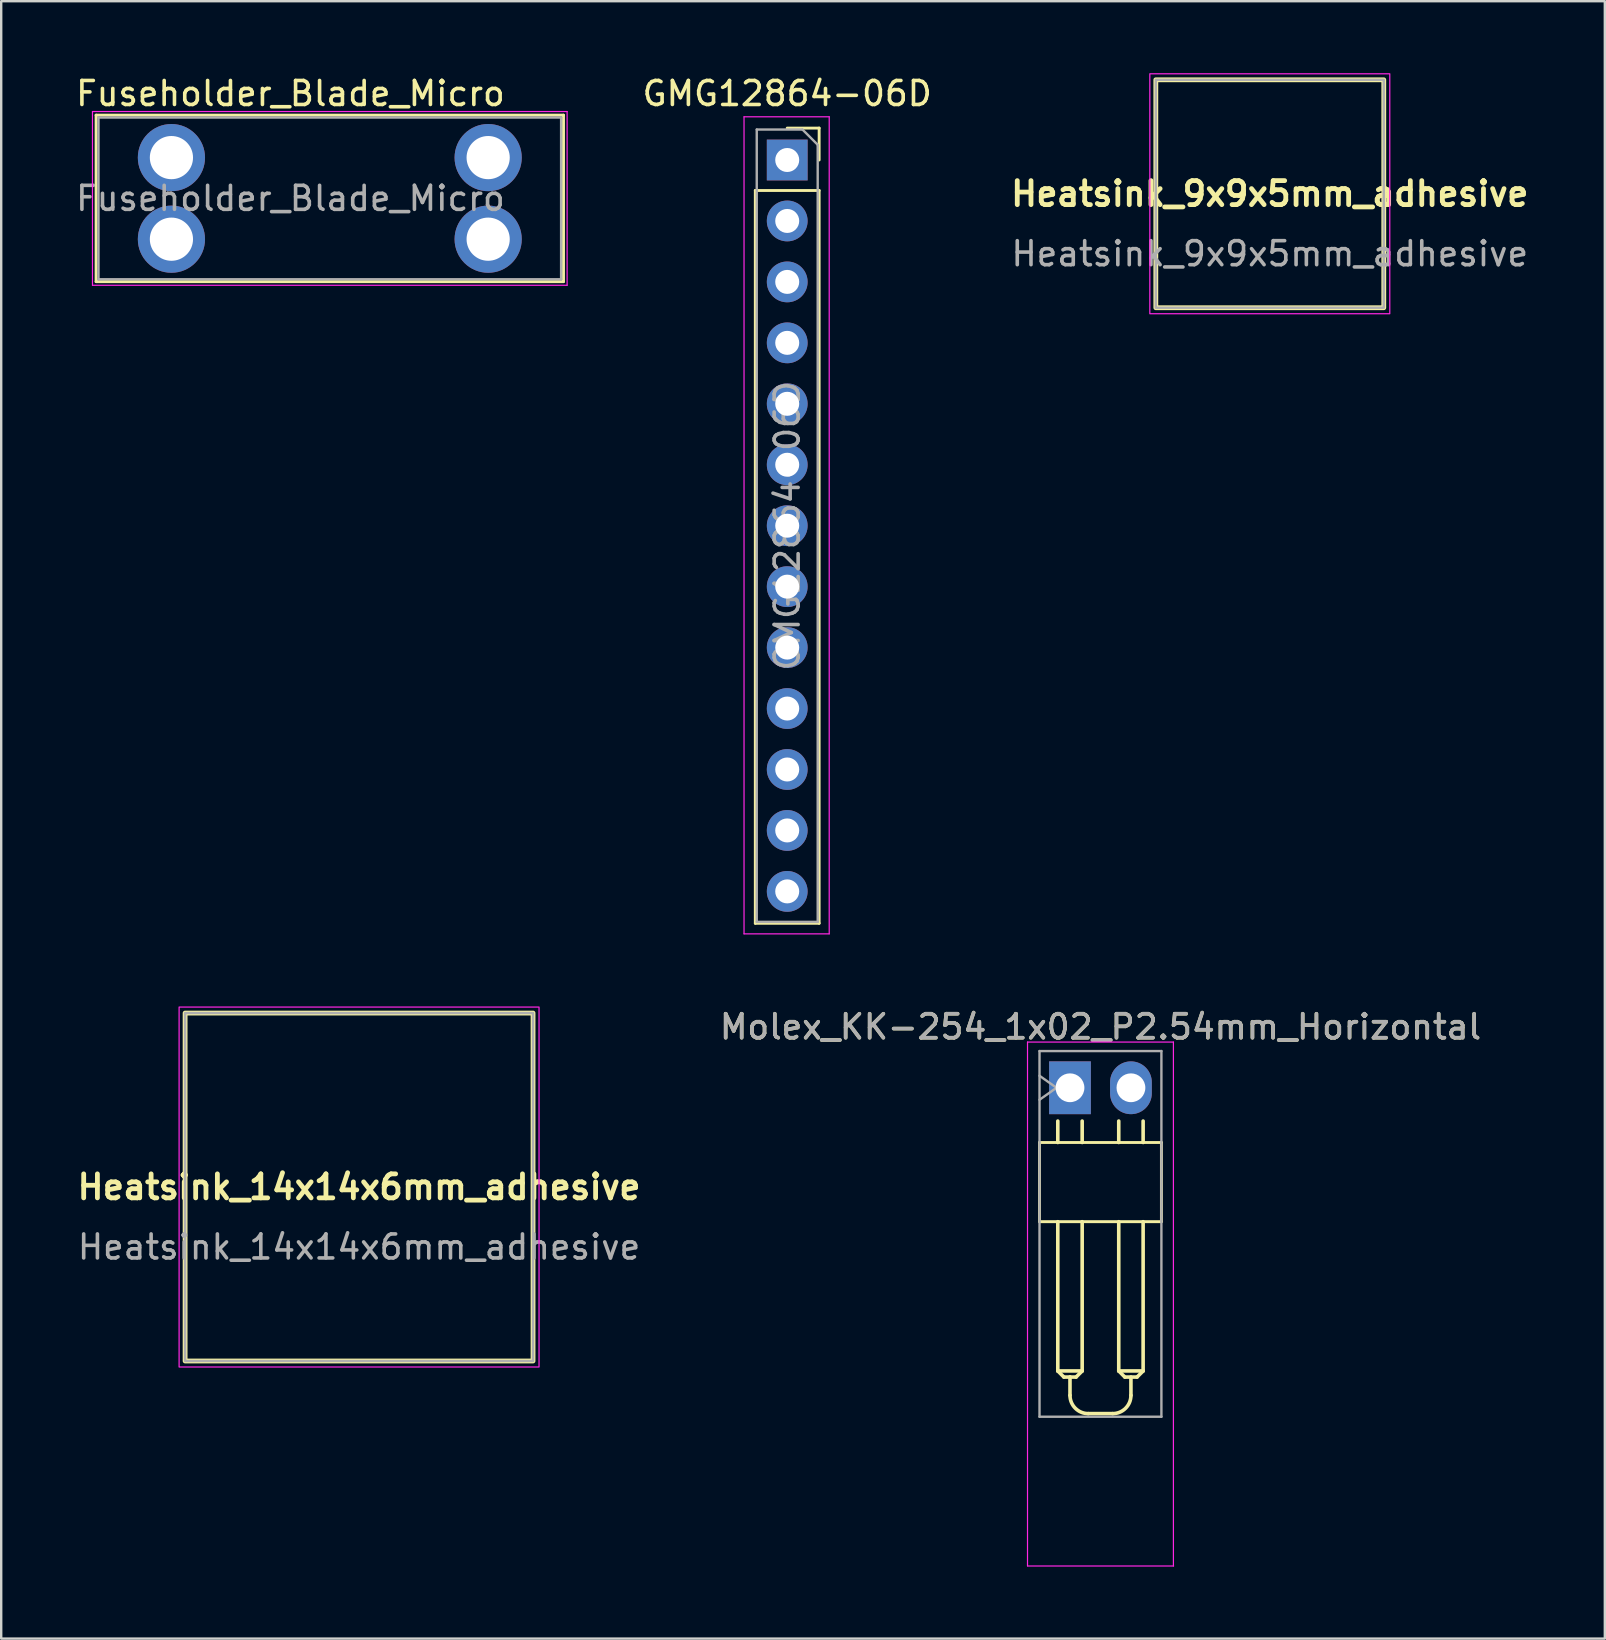
<source format=kicad_pcb>
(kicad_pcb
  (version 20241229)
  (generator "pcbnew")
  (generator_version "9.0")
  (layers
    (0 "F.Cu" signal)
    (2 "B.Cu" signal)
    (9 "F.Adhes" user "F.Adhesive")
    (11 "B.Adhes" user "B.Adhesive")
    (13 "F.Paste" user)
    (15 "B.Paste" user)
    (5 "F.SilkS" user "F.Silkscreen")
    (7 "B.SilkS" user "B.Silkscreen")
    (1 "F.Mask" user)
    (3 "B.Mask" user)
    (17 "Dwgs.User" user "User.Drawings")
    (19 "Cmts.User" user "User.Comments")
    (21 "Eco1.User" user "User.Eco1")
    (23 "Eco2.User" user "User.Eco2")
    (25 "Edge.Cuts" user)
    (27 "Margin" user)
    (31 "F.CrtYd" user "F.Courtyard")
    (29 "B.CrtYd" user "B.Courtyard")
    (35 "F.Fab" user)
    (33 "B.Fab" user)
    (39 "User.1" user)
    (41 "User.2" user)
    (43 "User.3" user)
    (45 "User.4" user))
  (footprint "GMG12864-06D"
    (layer "F.Cu")
    (at 29.757 3.618)
    (property "Reference" "GMG12864-06D" (at 0 -2.77 0) (layer "F.SilkS") (effects (font (size 1 1) (thickness 0.15))))
    (attr through_hole)
    (fp_line (start -1.33 1.27) (end -1.33 31.81) (stroke (width 0.12) (type solid)) (layer "F.SilkS"))
    (fp_line (start -1.33 1.27) (end 1.33 1.27) (stroke (width 0.12) (type solid)) (layer "F.SilkS"))
    (fp_line (start -1.33 31.81) (end 1.33 31.81) (stroke (width 0.12) (type solid)) (layer "F.SilkS"))
    (fp_line (start 0 -1.33) (end 1.33 -1.33) (stroke (width 0.12) (type solid)) (layer "F.SilkS"))
    (fp_line (start 1.33 -1.33) (end 1.33 0) (stroke (width 0.12) (type solid)) (layer "F.SilkS"))
    (fp_line (start 1.33 1.27) (end 1.33 31.81) (stroke (width 0.12) (type solid)) (layer "F.SilkS"))
    (fp_line (start -1.8 -1.8) (end 1.75 -1.8) (stroke (width 0.05) (type solid)) (layer "F.CrtYd"))
    (fp_line (start -1.8 32.25) (end -1.8 -1.8) (stroke (width 0.05) (type solid)) (layer "F.CrtYd"))
    (fp_line (start 1.75 -1.8) (end 1.75 32.25) (stroke (width 0.05) (type solid)) (layer "F.CrtYd"))
    (fp_line (start 1.75 32.25) (end -1.8 32.25) (stroke (width 0.05) (type solid)) (layer "F.CrtYd"))
    (fp_line (start -1.27 -1.27) (end 0.635 -1.27) (stroke (width 0.1) (type solid)) (layer "F.Fab"))
    (fp_line (start -1.27 31.75) (end -1.27 -1.27) (stroke (width 0.1) (type solid)) (layer "F.Fab"))
    (fp_line (start 0.635 -1.27) (end 1.27 -0.635) (stroke (width 0.1) (type solid)) (layer "F.Fab"))
    (fp_line (start 1.27 -0.635) (end 1.27 31.75) (stroke (width 0.1) (type solid)) (layer "F.Fab"))
    (fp_line (start 1.27 31.75) (end -1.27 31.75) (stroke (width 0.1) (type solid)) (layer "F.Fab"))
    (fp_text user "${REFERENCE}" (at 0 15.24 90) (layer "F.Fab") (effects (font (size 1 1) (thickness 0.15))))
    (pad "1" thru_hole rect (at 0 0) (size 1.7 1.7) (drill 1) (layers "*.Cu" "*.Mask"))
    (pad "2" thru_hole oval (at 0 2.54) (size 1.7 1.7) (drill 1) (layers "*.Cu" "*.Mask"))
    (pad "3" thru_hole oval (at 0 5.08) (size 1.7 1.7) (drill 1) (layers "*.Cu" "*.Mask"))
    (pad "4" thru_hole oval (at 0 7.62) (size 1.7 1.7) (drill 1) (layers "*.Cu" "*.Mask"))
    (pad "5" thru_hole oval (at 0 10.16) (size 1.7 1.7) (drill 1) (layers "*.Cu" "*.Mask"))
    (pad "6" thru_hole oval (at 0 12.7) (size 1.7 1.7) (drill 1) (layers "*.Cu" "*.Mask"))
    (pad "7" thru_hole oval (at 0 15.24) (size 1.7 1.7) (drill 1) (layers "*.Cu" "*.Mask"))
    (pad "8" thru_hole oval (at 0 17.78) (size 1.7 1.7) (drill 1) (layers "*.Cu" "*.Mask"))
    (pad "9" thru_hole oval (at 0 20.32) (size 1.7 1.7) (drill 1) (layers "*.Cu" "*.Mask"))
    (pad "10" thru_hole oval (at 0 22.86) (size 1.7 1.7) (drill 1) (layers "*.Cu" "*.Mask"))
    (pad "11" thru_hole oval (at 0 25.4) (size 1.7 1.7) (drill 1) (layers "*.Cu" "*.Mask"))
    (pad "12" thru_hole oval (at 0 27.94) (size 1.7 1.7) (drill 1) (layers "*.Cu" "*.Mask"))
    (pad "13" thru_hole oval (at 0 30.48) (size 1.7 1.7) (drill 1) (layers "*.Cu" "*.Mask")))
  (footprint "Heatsink_14x14x6mm_adhesive"
    (layer "F.Cu")
    (at 11.914 46.418)
    (property "Reference" "Heatsink_14x14x6mm_adhesive" (at 0 0 0) (unlocked yes) (layer "F.SilkS") (effects (font (size 1 1) (thickness 0.2) (bold yes))))
    (fp_rect (start -7.25 -7.25) (end 7.25 7.25) (stroke (width 0.2) (type default)) (fill no) (layer "F.SilkS"))
    (fp_rect (start -7.5 -7.5) (end 7.5 7.5) (stroke (width 0.05) (type default)) (fill no) (layer "F.CrtYd"))
    (fp_rect (start -7.25 -7.25) (end 7.25 7.25) (stroke (width 0.1) (type default)) (fill no) (layer "F.Fab"))
    (fp_text user "${REFERENCE}" (at 0 2.5 0) (unlocked yes) (layer "F.Fab") (effects (font (size 1 1) (thickness 0.15)))))
  (footprint "Molex_KK-254_1x02_P2.54mm_Horizontal"
    (layer "F.Cu")
    (at 41.541 42.282)
    (property "Reference" "Molex_KK-254_1x02_P2.54mm_Horizontal" (at 1.27 -2.54 0) (layer "F.SilkS") (effects (font (size 1 1) (thickness 0.15))))
    (attr through_hole)
    (fp_line (start -1.27 2.28) (end -1.27 5.58) (stroke (width 0.12) (type solid)) (layer "F.SilkS"))
    (fp_line (start -1.27 2.28) (end 3.81 2.28) (stroke (width 0.12) (type solid)) (layer "F.SilkS"))
    (fp_line (start -0.508 1.388) (end -0.508 2.28) (stroke (width 0.15) (type solid)) (layer "F.SilkS"))
    (fp_line (start -0.508 11.802) (end -0.508 5.582) (stroke (width 0.15) (type solid)) (layer "F.SilkS"))
    (fp_line (start -0.508 11.802) (end 0.508 11.802) (stroke (width 0.15) (type solid)) (layer "F.SilkS"))
    (fp_line (start -0.254 12.056) (end -0.508 11.802) (stroke (width 0.15) (type solid)) (layer "F.SilkS"))
    (fp_line (start 0 12.056) (end -0.254 12.056) (stroke (width 0.15) (type solid)) (layer "F.SilkS"))
    (fp_line (start 0 12.056) (end 0 12.818) (stroke (width 0.15) (type solid)) (layer "F.SilkS"))
    (fp_line (start 0.254 12.056) (end 0 12.056) (stroke (width 0.15) (type solid)) (layer "F.SilkS"))
    (fp_line (start 0.508 2.28) (end 0.508 1.388) (stroke (width 0.15) (type solid)) (layer "F.SilkS"))
    (fp_line (start 0.508 5.582) (end 0.508 11.802) (stroke (width 0.15) (type solid)) (layer "F.SilkS"))
    (fp_line (start 0.508 11.802) (end 0.254 12.056) (stroke (width 0.15) (type solid)) (layer "F.SilkS"))
    (fp_line (start 0.762 13.58) (end 1.778 13.58) (stroke (width 0.15) (type solid)) (layer "F.SilkS"))
    (fp_line (start 2.032 2.28) (end 2.032 1.388) (stroke (width 0.15) (type solid)) (layer "F.SilkS"))
    (fp_line (start 2.032 5.582) (end 2.032 11.802) (stroke (width 0.15) (type solid)) (layer "F.SilkS"))
    (fp_line (start 2.032 11.802) (end 2.286 12.056) (stroke (width 0.15) (type solid)) (layer "F.SilkS"))
    (fp_line (start 2.286 12.056) (end 2.794 12.056) (stroke (width 0.15) (type solid)) (layer "F.SilkS"))
    (fp_line (start 2.54 12.056) (end 2.54 12.818) (stroke (width 0.15) (type solid)) (layer "F.SilkS"))
    (fp_line (start 2.794 12.056) (end 3.048 11.802) (stroke (width 0.15) (type solid)) (layer "F.SilkS"))
    (fp_line (start 3.048 2.28) (end 3.048 1.388) (stroke (width 0.15) (type solid)) (layer "F.SilkS"))
    (fp_line (start 3.048 11.802) (end 2.032 11.802) (stroke (width 0.15) (type solid)) (layer "F.SilkS"))
    (fp_line (start 3.048 11.802) (end 3.048 5.582) (stroke (width 0.15) (type solid)) (layer "F.SilkS"))
    (fp_line (start 3.81 2.28) (end 3.81 5.58) (stroke (width 0.12) (type solid)) (layer "F.SilkS"))
    (fp_line (start 3.81 5.58) (end -1.27 5.58) (stroke (width 0.12) (type solid)) (layer "F.SilkS"))
    (fp_arc (start 0.762 13.58) (mid 0.223185 13.356815) (end 0 12.818) (stroke (width 0.15) (type solid)) (layer "F.SilkS"))
    (fp_arc (start 2.54 12.818) (mid 2.316815 13.356815) (end 1.778 13.58) (stroke (width 0.15) (type solid)) (layer "F.SilkS"))
    (fp_line (start -1.77 -1.905) (end -1.77 19.93) (stroke (width 0.05) (type solid)) (layer "F.CrtYd"))
    (fp_line (start -1.762 19.93) (end 4.318 19.93) (stroke (width 0.05) (type solid)) (layer "F.CrtYd"))
    (fp_line (start 4.31 -1.905) (end -1.77 -1.905) (stroke (width 0.05) (type solid)) (layer "F.CrtYd"))
    (fp_line (start 4.31 19.93) (end 4.31 -1.905) (stroke (width 0.05) (type solid)) (layer "F.CrtYd"))
    (fp_line (start -1.27 -1.53) (end -1.27 13.71) (stroke (width 0.1) (type solid)) (layer "F.Fab"))
    (fp_line (start -1.27 -0.5) (end -0.563 0) (stroke (width 0.1) (type solid)) (layer "F.Fab"))
    (fp_line (start -1.27 13.71) (end 3.81 13.71) (stroke (width 0.1) (type solid)) (layer "F.Fab"))
    (fp_line (start -0.563 0) (end -1.27 0.5) (stroke (width 0.1) (type solid)) (layer "F.Fab"))
    (fp_line (start 3.81 -1.53) (end -1.27 -1.53) (stroke (width 0.1) (type solid)) (layer "F.Fab"))
    (fp_line (start 3.81 13.71) (end 3.81 -1.53) (stroke (width 0.1) (type solid)) (layer "F.Fab"))
    (fp_text user "${REFERENCE}" (at 1.27 -2.54 0) (layer "F.Fab") (effects (font (size 1 1) (thickness 0.15))))
    (pad "1" thru_hole rect (at 0 0) (size 1.74 2.2) (drill 1.2) (layers "*.Cu" "*.Mask"))
    (pad "2" thru_hole oval (at 2.54 0) (size 1.74 2.2) (drill 1.2) (layers "*.Cu" "*.Mask")))
  (footprint "Fuseholder_Blade_Micro"
    (layer "F.Cu")
    (at 4.094 3.518)
    (property "Reference" "Fuseholder_Blade_Micro" (at 4.96 -2.67 0) (layer "F.SilkS") (effects (font (size 1 1) (thickness 0.15))))
    (attr through_hole)
    (fp_line (start -3.14 -1.77) (end -3.14 5.17) (stroke (width 0.12) (type solid)) (layer "F.SilkS"))
    (fp_line (start -3.14 5.17) (end 16.34 5.17) (stroke (width 0.12) (type solid)) (layer "F.SilkS"))
    (fp_line (start 16.34 -1.77) (end -3.14 -1.77) (stroke (width 0.12) (type solid)) (layer "F.SilkS"))
    (fp_line (start 16.34 5.17) (end 16.34 -1.77) (stroke (width 0.12) (type solid)) (layer "F.SilkS"))
    (fp_line (start -3.29 -1.92) (end -3.29 5.32) (stroke (width 0.05) (type solid)) (layer "F.CrtYd"))
    (fp_line (start -3.29 5.32) (end 16.49 5.32) (stroke (width 0.05) (type solid)) (layer "F.CrtYd"))
    (fp_line (start 16.49 -1.92) (end -3.29 -1.92) (stroke (width 0.05) (type solid)) (layer "F.CrtYd"))
    (fp_line (start 16.49 5.32) (end 16.49 -1.92) (stroke (width 0.05) (type solid)) (layer "F.CrtYd"))
    (fp_line (start -3.04 -1.67) (end -3.04 5.07) (stroke (width 0.1) (type solid)) (layer "F.Fab"))
    (fp_line (start -3.04 5.07) (end 16.24 5.07) (stroke (width 0.1) (type solid)) (layer "F.Fab"))
    (fp_line (start 16.24 -1.67) (end -3.04 -1.67) (stroke (width 0.1) (type solid)) (layer "F.Fab"))
    (fp_line (start 16.24 5.07) (end 16.24 -1.67) (stroke (width 0.1) (type solid)) (layer "F.Fab"))
    (fp_text user "${REFERENCE}" (at 4.96 1.7 0) (layer "F.Fab") (effects (font (size 1 1) (thickness 0.15))))
    (pad "1" thru_hole circle (at 0 0) (size 2.8 2.8) (drill 1.8) (layers "*.Cu" "*.Mask"))
    (pad "1" thru_hole circle (at 0 3.4) (size 2.8 2.8) (drill 1.8) (layers "*.Cu" "*.Mask"))
    (pad "2" thru_hole circle (at 13.2 0) (size 2.8 2.8) (drill 1.8) (layers "*.Cu" "*.Mask"))
    (pad "2" thru_hole circle (at 13.2 3.4) (size 2.8 2.8) (drill 1.8) (layers "*.Cu" "*.Mask")))
  (footprint "Heatsink_9x9x5mm_adhesive"
    (layer "F.Cu")
    (at 49.868 5.025)
    (property "Reference" "Heatsink_9x9x5mm_adhesive" (at 0 0 0) (unlocked yes) (layer "F.SilkS") (effects (font (size 1 1) (thickness 0.2) (bold yes))))
    (fp_rect (start -4.75 -4.75) (end 4.75 4.75) (stroke (width 0.2) (type default)) (fill no) (layer "F.SilkS"))
    (fp_rect (start -5 -5) (end 5 5) (stroke (width 0.05) (type default)) (fill no) (layer "F.CrtYd"))
    (fp_rect (start -4.75 -4.75) (end 4.75 4.75) (stroke (width 0.1) (type default)) (fill no) (layer "F.Fab"))
    (fp_text user "${REFERENCE}" (at 0 2.5 0) (unlocked yes) (layer "F.Fab") (effects (font (size 1 1) (thickness 0.15)))))
  (gr_rect
    (start -3 -3)
    (end 63.83 65.237)
    (stroke (width 0.1) (type default))
    (fill no)
    (layer "Edge.Cuts")))
</source>
